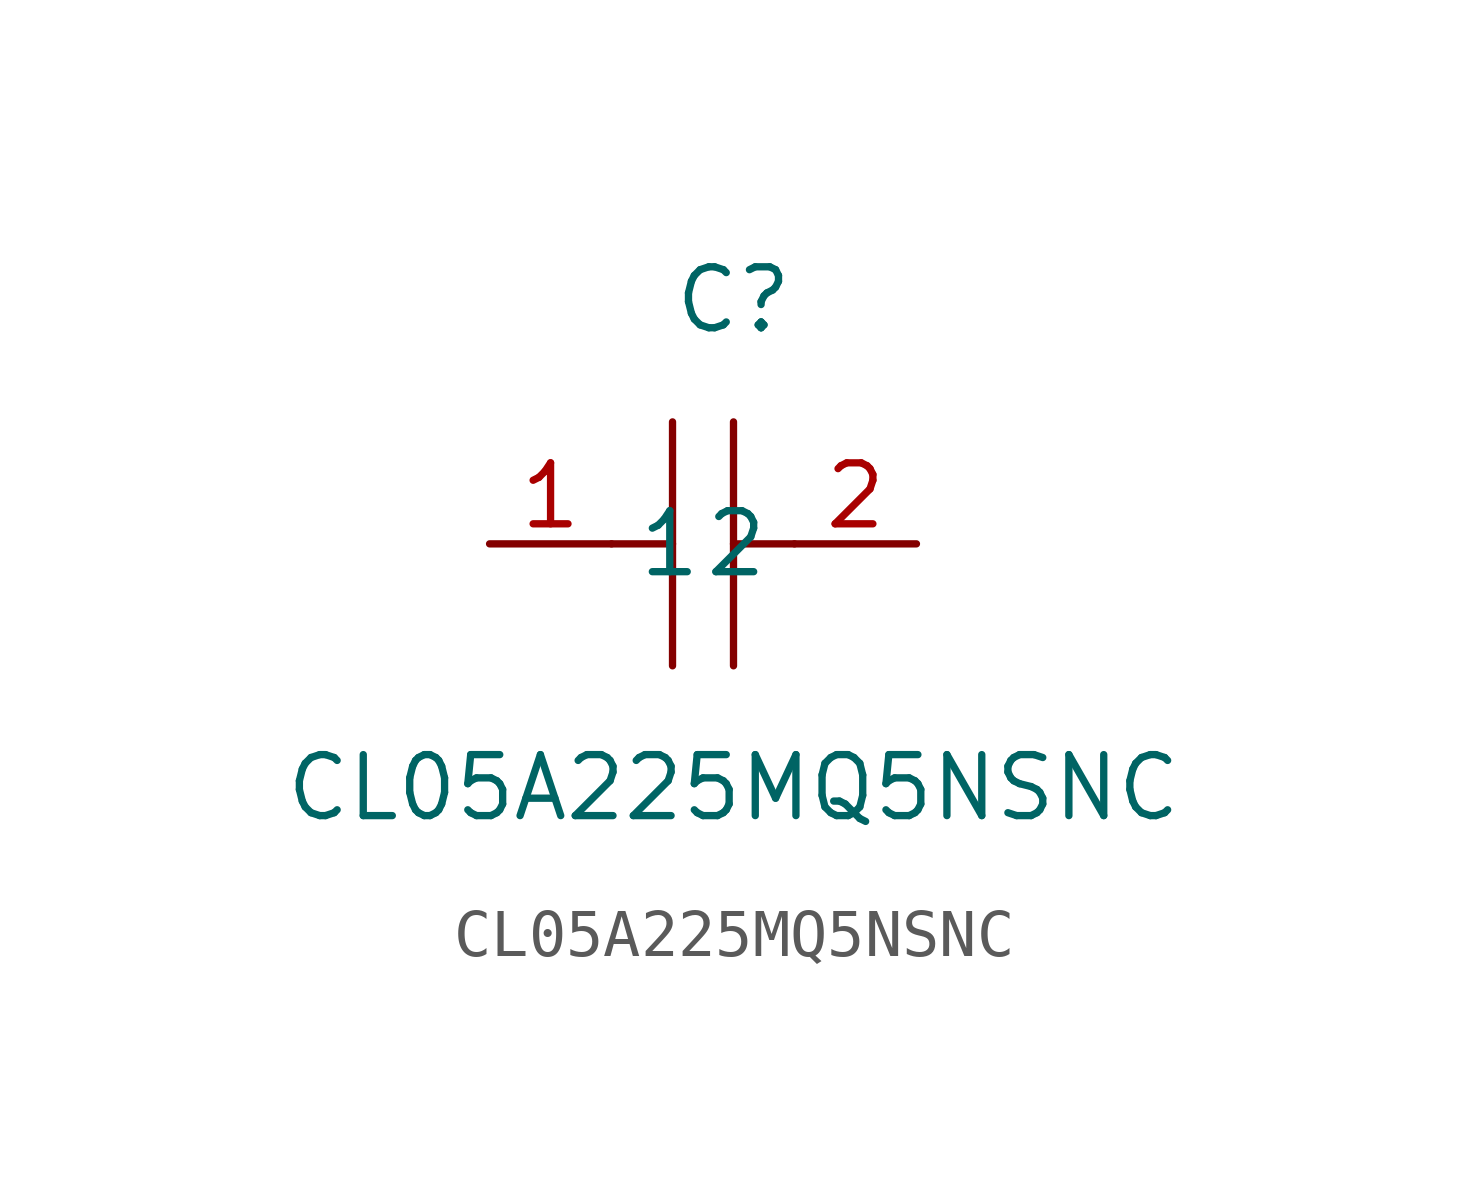
<source format=kicad_sym>
(kicad_symbol_lib
  (version 1)
  (generator "faebryk")
  (symbol "CL05A225MQ5NSNC"
    (property "Reference" "C"
      (at 0 5.08 0)
      (effects (font (size 1.27 1.27)) (hide no)))
    (property "Value" "CL05A225MQ5NSNC"
      (at 0 -5.08 0)
      (effects (font (size 1.27 1.27)) (hide no)))
    (symbol "CL05A225MQ5NSNC_0_1"
      (polyline (stroke (width 0) (type default) (color 0 0 0 0)) (fill (type none)) (pts (xy -1.27 -2.54) (xy -1.27 2.54)))
      (polyline (stroke (width 0) (type default) (color 0 0 0 0)) (fill (type none)) (pts (xy 0 2.54) (xy 0 -2.54)))
      (polyline (stroke (width 0) (type default) (color 0 0 0 0)) (fill (type none)) (pts (xy -1.27 0) (xy -2.54 0)))
      (polyline (stroke (width 0) (type default) (color 0 0 0 0)) (fill (type none)) (pts (xy 0 0) (xy 1.27 0)))
      (pin unspecified line (at -5.08 0 0) (length 2.54) (name "1" (effects (font (size 1.27 1.27)) (hide no))) (number "1" (effects (font (size 1.27 1.27)) (hide no))))
      (pin unspecified line (at 3.81 0 180) (length 2.54) (name "2" (effects (font (size 1.27 1.27)) (hide no))) (number "2" (effects (font (size 1.27 1.27)) (hide no)))))))
</source>
